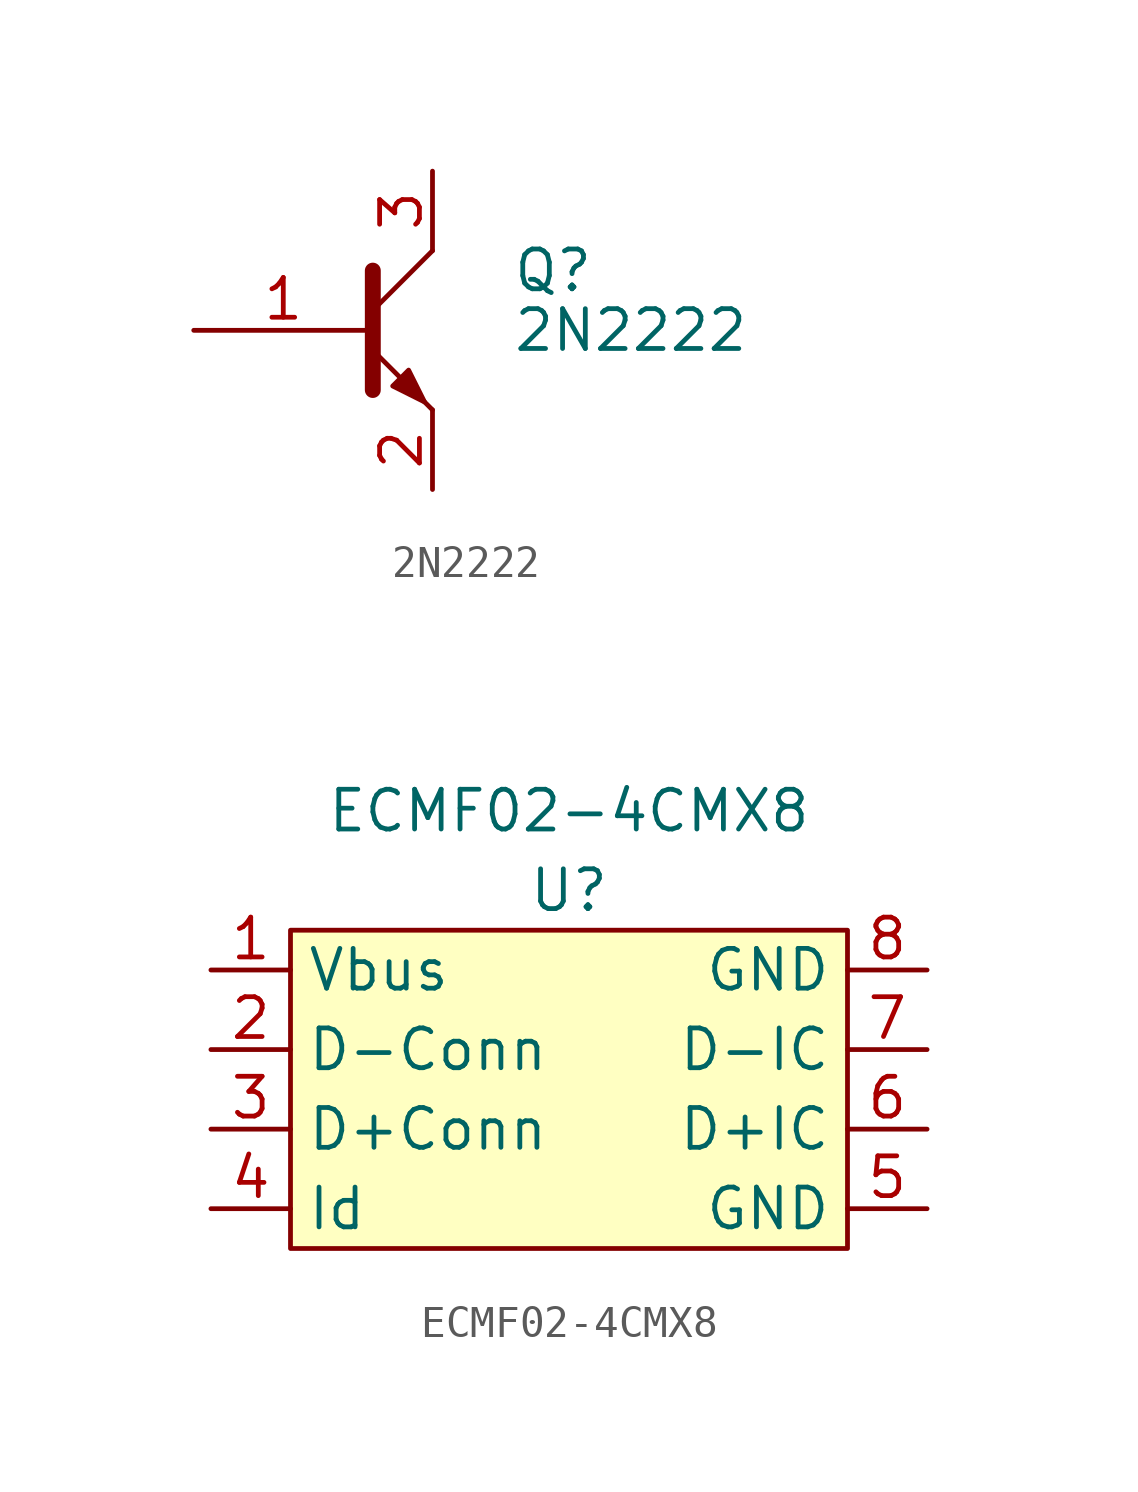
<source format=kicad_sym>
(kicad_symbol_lib
  (version 20211014)
  (generator kicad_symbol_editor)
  (symbol "2N2222"
    (pin_names
      (offset 0) hide)
    (property "Reference" "Q"
      (at 5.08 1.905 0)
      (effects (font (size 1.27 1.27)) (justify left)))
    (property "Value" "2N2222"
      (at 5.08 0 0)
      (effects (font (size 1.27 1.27)) (justify left)))
    (symbol "2N2222_0_1"
      (polyline (pts (xy 0.635 0.635) (xy 2.54 2.54)) (stroke (width 0) (type default) (color 0 0 0 0)) (fill (type none)))
      (polyline (pts (xy 0.635 -0.635) (xy 2.54 -2.54) (xy 2.54 -2.54)) (stroke (width 0) (type default) (color 0 0 0 0)) (fill (type none)))
      (polyline (pts (xy 0.635 1.905) (xy 0.635 -1.905) (xy 0.635 -1.905)) (stroke (width 0.508) (type default) (color 0 0 0 0)) (fill (type none)))
      (polyline (pts (xy 1.27 -1.778) (xy 1.778 -1.27) (xy 2.286 -2.286) (xy 1.27 -1.778) (xy 1.27 -1.778)) (stroke (width 0) (type default) (color 0 0 0 0)) (fill (type outline))))
    (symbol "2N2222_1_1"
      (pin passive line (at -5.08 0 0) (length 5.715) (name "B" (effects (font (size 1.27 1.27)))) (number "1" (effects (font (size 1.27 1.27)))))
      (pin passive line (at 2.54 -5.08 90) (length 2.54) (name "E" (effects (font (size 1.27 1.27)))) (number "2" (effects (font (size 1.27 1.27)))))
      (pin passive line (at 2.54 5.08 270) (length 2.54) (name "C" (effects (font (size 1.27 1.27)))) (number "3" (effects (font (size 1.27 1.27)))))))
  (symbol "ECMF02-4CMX8"
    (property "Reference" "U"
      (at 0 6.35 0)
      (effects (font (size 1.27 1.27))))
    (property "Value" "ECMF02-4CMX8"
      (at 0 8.89 0)
      (effects (font (size 1.27 1.27))))
    (symbol "ECMF02-4CMX8_0_1"
      (rectangle (start -8.89 5.08) (end 8.89 -5.08) (stroke (width 0) (type default) (color 0 0 0 0)) (fill (type background))))
    (symbol "ECMF02-4CMX8_1_1"
      (pin passive line (at -11.43 3.81 0) (length 2.54) (name "Vbus" (effects (font (size 1.27 1.27)))) (number "1" (effects (font (size 1.27 1.27)))))
      (pin passive line (at -11.43 1.27 0) (length 2.54) (name "D-Conn" (effects (font (size 1.27 1.27)))) (number "2" (effects (font (size 1.27 1.27)))))
      (pin passive line (at -11.43 -1.27 0) (length 2.54) (name "D+Conn" (effects (font (size 1.27 1.27)))) (number "3" (effects (font (size 1.27 1.27)))))
      (pin passive line (at -11.43 -3.81 0) (length 2.54) (name "Id" (effects (font (size 1.27 1.27)))) (number "4" (effects (font (size 1.27 1.27)))))
      (pin power_in line (at 11.43 -3.81 180) (length 2.54) (name "GND" (effects (font (size 1.27 1.27)))) (number "5" (effects (font (size 1.27 1.27)))))
      (pin passive line (at 11.43 -1.27 180) (length 2.54) (name "D+IC" (effects (font (size 1.27 1.27)))) (number "6" (effects (font (size 1.27 1.27)))))
      (pin passive line (at 11.43 1.27 180) (length 2.54) (name "D-IC" (effects (font (size 1.27 1.27)))) (number "7" (effects (font (size 1.27 1.27)))))
      (pin power_in line (at 11.43 3.81 180) (length 2.54) (name "GND" (effects (font (size 1.27 1.27)))) (number "8" (effects (font (size 1.27 1.27))))))))
</source>
